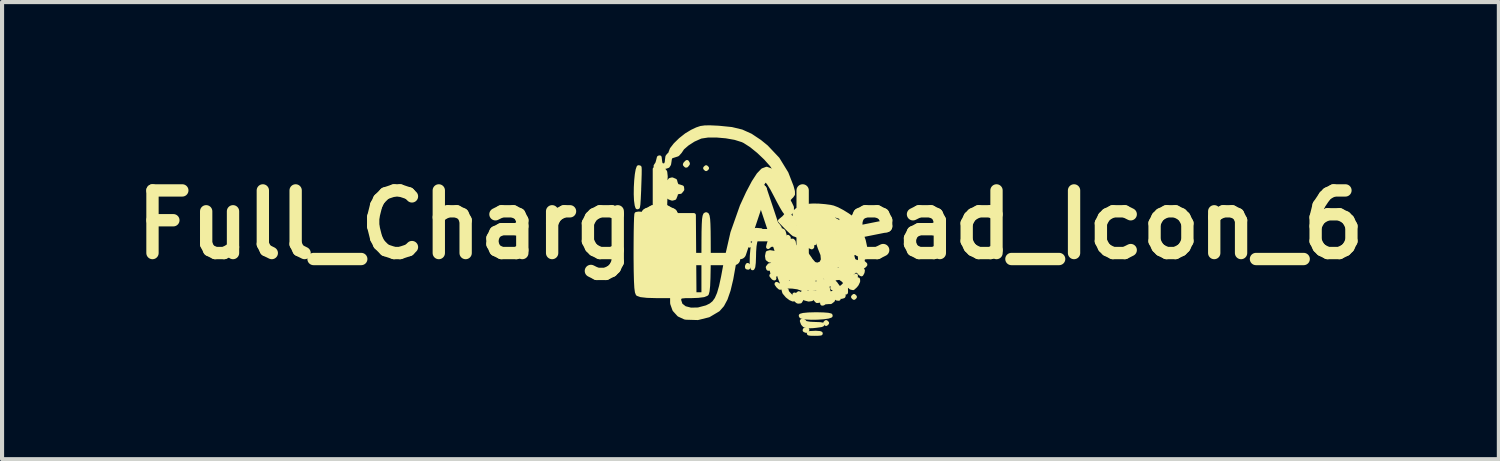
<source format=kicad_pcb>
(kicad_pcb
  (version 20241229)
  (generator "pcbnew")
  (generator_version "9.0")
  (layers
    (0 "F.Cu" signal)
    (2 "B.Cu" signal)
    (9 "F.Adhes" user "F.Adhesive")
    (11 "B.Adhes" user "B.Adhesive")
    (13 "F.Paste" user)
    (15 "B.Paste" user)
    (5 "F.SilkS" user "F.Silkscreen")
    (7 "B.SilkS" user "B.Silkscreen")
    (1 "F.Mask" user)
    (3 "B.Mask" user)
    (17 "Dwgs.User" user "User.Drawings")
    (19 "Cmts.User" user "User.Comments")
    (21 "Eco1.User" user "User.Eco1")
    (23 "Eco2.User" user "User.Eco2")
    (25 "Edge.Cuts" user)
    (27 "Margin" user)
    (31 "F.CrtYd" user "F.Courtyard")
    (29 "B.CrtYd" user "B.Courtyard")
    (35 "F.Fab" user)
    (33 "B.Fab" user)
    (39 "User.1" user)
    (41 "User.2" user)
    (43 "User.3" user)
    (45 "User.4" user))
  (footprint "Full_Charge_Ahead_Icon_6"
    (layer "F.Cu")
    (at 15.211 2.418)
    (property "Reference" "Full_Charge_Ahead_Icon_6" (at 0 0 0) (layer "F.SilkS") (effects (font (size 1.524 1.524) (thickness 0.3))))
    (attr through_hole)
    (fp_poly (pts (xy -1.058 -1.376) (xy -1.079 -1.355) (xy -1.101 -1.376) (xy -1.079 -1.397) (xy -1.058 -1.376)) (stroke (width 0.1) (type solid)) (fill yes) (layer "F.SilkS"))
    (fp_poly (pts (xy 0 0.487) (xy -0.021 0.508) (xy -0.042 0.487) (xy -0.021 0.466) (xy 0 0.487)) (stroke (width 0.1) (type solid)) (fill yes) (layer "F.SilkS"))
    (fp_poly (pts (xy 0.931 0.318) (xy 0.91 0.339) (xy 0.889 0.318) (xy 0.91 0.296) (xy 0.931 0.318)) (stroke (width 0.1) (type solid)) (fill yes) (layer "F.SilkS"))
    (fp_poly (pts (xy 1.863 2.392) (xy 1.841 2.413) (xy 1.82 2.392) (xy 1.841 2.371) (xy 1.863 2.392)) (stroke (width 0.1) (type solid)) (fill yes) (layer "F.SilkS"))
    (fp_poly (pts (xy 2.074 1.63) (xy 2.053 1.651) (xy 2.032 1.63) (xy 2.053 1.609) (xy 2.074 1.63)) (stroke (width 0.1) (type solid)) (fill yes) (layer "F.SilkS"))
    (fp_poly (pts (xy 2.159 0.064) (xy 2.138 0.085) (xy 2.117 0.064) (xy 2.138 0.042) (xy 2.159 0.064)) (stroke (width 0.1) (type solid)) (fill yes) (layer "F.SilkS"))
    (fp_poly (pts (xy 2.498 1.164) (xy 2.477 1.185) (xy 2.455 1.164) (xy 2.477 1.143) (xy 2.498 1.164)) (stroke (width 0.1) (type solid)) (fill yes) (layer "F.SilkS"))
    (fp_poly (pts (xy 2.54 1.757) (xy 2.519 1.778) (xy 2.498 1.757) (xy 2.519 1.736) (xy 2.54 1.757)) (stroke (width 0.1) (type solid)) (fill yes) (layer "F.SilkS"))
    (fp_poly (pts (xy -0.051 1.038) (xy -0.056 1.044) (xy -0.082 1.038) (xy -0.085 1.016) (xy -0.069 0.981) (xy -0.056 0.988) (xy -0.051 1.038)) (stroke (width 0.1) (type solid)) (fill yes) (layer "F.SilkS"))
    (fp_poly (pts (xy -0.009 0.361) (xy -0.014 0.367) (xy -0.039 0.361) (xy -0.042 0.339) (xy -0.027 0.304) (xy -0.014 0.31) (xy -0.009 0.361)) (stroke (width 0.1) (type solid)) (fill yes) (layer "F.SilkS"))
    (fp_poly (pts (xy 1.383 2.554) (xy 1.377 2.579) (xy 1.355 2.582) (xy 1.32 2.567) (xy 1.326 2.554) (xy 1.377 2.549) (xy 1.383 2.554)) (stroke (width 0.1) (type solid)) (fill yes) (layer "F.SilkS"))
    (fp_poly (pts (xy 1.21 -0.01) (xy 1.205 0.003) (xy 1.17 0.04) (xy 1.157 -0.004) (xy 1.157 -0.019) (xy 1.176 -0.062) (xy 1.193 -0.059) (xy 1.21 -0.01)) (stroke (width 0.1) (type solid)) (fill yes) (layer "F.SilkS"))
    (fp_poly (pts (xy -1.524 -1.482) (xy -1.557 -1.441) (xy -1.569 -1.439) (xy -1.594 -1.465) (xy -1.587 -1.482) (xy -1.549 -1.522) (xy -1.543 -1.524) (xy -1.524 -1.491) (xy -1.524 -1.482)) (stroke (width 0.1) (type solid)) (fill yes) (layer "F.SilkS"))
    (fp_poly (pts (xy -1.364 1.651) (xy -1.911 1.651) (xy -2.457 1.651) (xy -2.446 0.709) (xy -2.434 -0.233) (xy -1.906 -0.233) (xy -1.378 -0.233) (xy -1.371 0.709) (xy -1.364 1.651)) (stroke (width 0.1) (type solid)) (fill yes) (layer "F.SilkS"))
    (fp_poly (pts (xy 1.709 2.646) (xy 1.661 2.652) (xy 1.566 2.654) (xy 1.462 2.652) (xy 1.423 2.645) (xy 1.45 2.637) (xy 1.587 2.63) (xy 1.683 2.637) (xy 1.709 2.646)) (stroke (width 0.1) (type solid)) (fill yes) (layer "F.SilkS"))
    (fp_poly (pts (xy 1.182 1.704) (xy 1.161 1.769) (xy 1.11 1.767) (xy 1.075 1.729) (xy 1.07 1.7) (xy 1.091 1.708) (xy 1.144 1.703) (xy 1.157 1.683) (xy 1.176 1.668) (xy 1.182 1.704)) (stroke (width 0.1) (type solid)) (fill yes) (layer "F.SilkS"))
    (fp_poly (pts (xy 1.039 1.818) (xy 1.035 1.819) (xy 0.974 1.793) (xy 0.897 1.734) (xy 0.824 1.648) (xy 0.807 1.587) (xy 0.847 1.566) (xy 0.88 1.593) (xy 0.878 1.603) (xy 0.9 1.653) (xy 0.967 1.723) (xy 0.974 1.729) (xy 1.033 1.788) (xy 1.039 1.818)) (stroke (width 0.1) (type solid)) (fill yes) (layer "F.SilkS"))
    (fp_poly (pts (xy 1.749 2.43) (xy 1.72 2.442) (xy 1.606 2.458) (xy 1.52 2.467) (xy 1.39 2.472) (xy 1.315 2.45) (xy 1.276 2.407) (xy 1.252 2.343) (xy 1.27 2.328) (xy 1.311 2.36) (xy 1.312 2.371) (xy 1.351 2.394) (xy 1.45 2.411) (xy 1.556 2.416) (xy 1.695 2.421) (xy 1.749 2.43)) (stroke (width 0.1) (type solid)) (fill yes) (layer "F.SilkS"))
    (fp_poly (pts (xy 0.123 0.39) (xy 0.112 0.437) (xy 0.098 0.519) (xy 0.088 0.654) (xy 0.085 0.787) (xy 0.08 0.926) (xy 0.068 1.024) (xy 0.052 1.058) (xy 0.038 1.02) (xy 0.031 0.917) (xy 0.034 0.773) (xy 0.035 0.751) (xy 0.048 0.595) (xy 0.069 0.471) (xy 0.093 0.404) (xy 0.095 0.402) (xy 0.123 0.39)) (stroke (width 0.1) (type solid)) (fill yes) (layer "F.SilkS"))
    (fp_poly (pts (xy 1.95 2.215) (xy 1.891 2.235) (xy 1.775 2.251) (xy 1.628 2.261) (xy 1.477 2.263) (xy 1.35 2.257) (xy 1.323 2.253) (xy 1.236 2.232) (xy 1.226 2.213) (xy 1.286 2.197) (xy 1.409 2.185) (xy 1.588 2.18) (xy 1.607 2.18) (xy 1.769 2.184) (xy 1.888 2.193) (xy 1.948 2.207) (xy 1.95 2.215)) (stroke (width 0.1) (type solid)) (fill yes) (layer "F.SilkS"))
    (fp_poly (pts (xy -2.696 -1.347) (xy -2.697 -1.232) (xy -2.702 -1.067) (xy -2.709 -0.867) (xy -2.709 -0.847) (xy -2.719 -0.633) (xy -2.728 -0.496) (xy -2.739 -0.429) (xy -2.751 -0.425) (xy -2.767 -0.475) (xy -2.768 -0.48) (xy -2.784 -0.595) (xy -2.79 -0.744) (xy -2.788 -0.91) (xy -2.779 -1.075) (xy -2.764 -1.223) (xy -2.744 -1.336) (xy -2.722 -1.398) (xy -2.699 -1.393) (xy -2.696 -1.347)) (stroke (width 0.1) (type solid)) (fill yes) (layer "F.SilkS"))
    (fp_poly (pts (xy 0.292 0.174) (xy 0.256 0.247) (xy 0.243 0.263) (xy 0.174 0.308) (xy 0.169 0.308) (xy 0.169 0.212) (xy 0.137 0.171) (xy 0.125 0.169) (xy 0.099 0.195) (xy 0.106 0.212) (xy 0.144 0.252) (xy 0.151 0.254) (xy 0.169 0.221) (xy 0.169 0.212) (xy 0.169 0.308) (xy 0.095 0.294) (xy 0.011 0.238) (xy 0.002 0.18) (xy 0.065 0.138) (xy 0.148 0.127) (xy 0.258 0.137) (xy 0.292 0.174)) (stroke (width 0.1) (type solid)) (fill yes) (layer "F.SilkS"))
    (fp_poly (pts (xy -1.66 -0.857) (xy -1.706 -0.8) (xy -1.748 -0.796) (xy -1.808 -0.777) (xy -1.82 -0.722) (xy -1.849 -0.65) (xy -1.905 -0.635) (xy -1.974 -0.661) (xy -1.99 -0.699) (xy -2.013 -0.755) (xy -2.032 -0.762) (xy -2.056 -0.724) (xy -2.071 -0.627) (xy -2.074 -0.55) (xy -2.077 -0.425) (xy -2.094 -0.363) (xy -2.139 -0.341) (xy -2.201 -0.339) (xy -2.328 -0.339) (xy -2.328 -0.847) (xy -2.328 -1.355) (xy -2.201 -1.355) (xy -2.119 -1.339) (xy -2.075 -1.284) (xy -2.063 -1.172) (xy -2.072 -1.048) (xy -2.058 -0.985) (xy -2.035 -0.974) (xy -1.995 -1.008) (xy -1.99 -1.037) (xy -1.954 -1.089) (xy -1.905 -1.101) (xy -1.834 -1.071) (xy -1.82 -1.016) (xy -1.791 -0.946) (xy -1.733 -0.931) (xy -1.666 -0.909) (xy -1.66 -0.857)) (stroke (width 0.1) (type solid)) (fill yes) (layer "F.SilkS"))
    (fp_poly (pts (xy 1.557 0.451) (xy 1.521 0.443) (xy 1.485 0.435) (xy 1.494 0.48) (xy 1.503 0.538) (xy 1.491 0.549) (xy 1.473 0.541) (xy 1.473 0.317) (xy 1.468 0.31) (xy 1.442 0.316) (xy 1.439 0.339) (xy 1.439 0.191) (xy 1.418 0.169) (xy 1.397 0.191) (xy 1.397 0.064) (xy 1.376 0.042) (xy 1.355 0.064) (xy 1.376 0.085) (xy 1.397 0.064) (xy 1.397 0.191) (xy 1.418 0.212) (xy 1.439 0.191) (xy 1.439 0.339) (xy 1.455 0.374) (xy 1.468 0.367) (xy 1.473 0.317) (xy 1.473 0.541) (xy 1.422 0.519) (xy 1.35 0.455) (xy 1.313 0.391) (xy 1.312 0.386) (xy 1.312 0.108) (xy 1.278 0.105) (xy 1.248 0.111) (xy 1.248 -0.008) (xy 1.236 -0.081) (xy 1.191 -0.126) (xy 1.179 -0.127) (xy 1.132 -0.093) (xy 1.116 -0.064) (xy 1.071 -0.024) (xy 1.043 -0.03) (xy 1.027 -0.027) (xy 1.053 0.013) (xy 1.117 0.075) (xy 1.179 0.071) (xy 1.219 0.049) (xy 1.248 -0.008) (xy 1.248 0.111) (xy 1.228 0.115) (xy 1.159 0.149) (xy 1.143 0.176) (xy 1.174 0.189) (xy 1.228 0.169) (xy 1.294 0.128) (xy 1.312 0.108) (xy 1.312 0.386) (xy 1.277 0.34) (xy 1.192 0.286) (xy 1.087 0.243) (xy 1.058 0.235) (xy 1.019 0.204) (xy 0.942 0.131) (xy 0.879 0.069) (xy 0.72 -0.093) (xy 0.815 -0.172) (xy 0.876 -0.243) (xy 0.863 -0.285) (xy 0.825 -0.335) (xy 0.804 -0.369) (xy 0.804 -0.868) (xy 0.783 -0.889) (xy 0.762 -0.868) (xy 0.783 -0.847) (xy 0.804 -0.868) (xy 0.804 -0.369) (xy 0.76 -0.443) (xy 0.679 -0.592) (xy 0.617 -0.712) (xy 0.528 -0.88) (xy 0.449 -1.007) (xy 0.391 -1.08) (xy 0.369 -1.091) (xy 0.322 -1.044) (xy 0.253 -0.933) (xy 0.168 -0.774) (xy 0.074 -0.583) (xy -0.02 -0.374) (xy -0.108 -0.163) (xy -0.183 0.034) (xy -0.233 0.19) (xy -0.293 0.42) (xy -0.352 0.684) (xy -0.399 0.931) (xy -0.406 0.973) (xy -0.468 1.321) (xy -0.533 1.593) (xy -0.605 1.801) (xy -0.687 1.954) (xy -0.782 2.062) (xy -0.789 2.068) (xy -1.018 2.204) (xy -1.282 2.27) (xy -1.563 2.262) (xy -1.595 2.257) (xy -1.739 2.19) (xy -1.85 2.068) (xy -1.903 1.919) (xy -1.905 1.886) (xy -1.905 1.736) (xy -2.299 1.736) (xy -2.515 1.73) (xy -2.666 1.713) (xy -2.742 1.686) (xy -2.743 1.685) (xy -2.762 1.637) (xy -2.776 1.531) (xy -2.785 1.36) (xy -2.791 1.119) (xy -2.794 0.801) (xy -2.794 0.697) (xy -2.793 0.424) (xy -2.791 0.181) (xy -2.787 -0.021) (xy -2.782 -0.169) (xy -2.776 -0.249) (xy -2.773 -0.261) (xy -2.721 -0.27) (xy -2.624 -0.263) (xy -2.623 -0.263) (xy -2.495 -0.244) (xy -2.507 0.725) (xy -2.519 1.693) (xy -1.831 1.693) (xy -1.143 1.693) (xy -1.143 0.72) (xy -1.142 0.404) (xy -1.14 0.163) (xy -1.135 -0.012) (xy -1.128 -0.132) (xy -1.116 -0.206) (xy -1.101 -0.243) (xy -1.081 -0.254) (xy -1.079 -0.254) (xy -1.059 -0.244) (xy -1.043 -0.208) (xy -1.031 -0.135) (xy -1.024 -0.016) (xy -1.019 0.158) (xy -1.017 0.399) (xy -1.016 0.69) (xy -1.018 1.032) (xy -1.023 1.295) (xy -1.031 1.486) (xy -1.044 1.611) (xy -1.061 1.676) (xy -1.067 1.685) (xy -1.137 1.713) (xy -1.273 1.73) (xy -1.427 1.736) (xy -1.586 1.737) (xy -1.678 1.746) (xy -1.722 1.767) (xy -1.735 1.808) (xy -1.736 1.839) (xy -1.699 1.952) (xy -1.599 2.03) (xy -1.451 2.068) (xy -1.271 2.064) (xy -1.074 2.012) (xy -1.058 2.006) (xy -0.963 1.959) (xy -0.886 1.896) (xy -0.822 1.806) (xy -0.766 1.677) (xy -0.715 1.5) (xy -0.664 1.262) (xy -0.607 0.953) (xy -0.596 0.888) (xy -0.438 0.196) (xy -0.209 -0.452) (xy -0.061 -0.773) (xy 0.077 -1.034) (xy 0.196 -1.217) (xy 0.299 -1.325) (xy 0.394 -1.36) (xy 0.484 -1.326) (xy 0.577 -1.226) (xy 0.637 -1.132) (xy 0.701 -1.032) (xy 0.733 -1.002) (xy 0.732 -1.035) (xy 0.701 -1.122) (xy 0.64 -1.258) (xy 0.612 -1.315) (xy 0.517 -1.456) (xy 0.371 -1.62) (xy 0.198 -1.784) (xy 0.019 -1.929) (xy -0.144 -2.033) (xy -0.192 -2.056) (xy -0.373 -2.113) (xy -0.594 -2.152) (xy -0.825 -2.172) (xy -1.037 -2.171) (xy -1.202 -2.146) (xy -1.223 -2.139) (xy -1.386 -2.066) (xy -1.537 -1.969) (xy -1.655 -1.867) (xy -1.715 -1.777) (xy -1.774 -1.711) (xy -1.854 -1.685) (xy -1.94 -1.658) (xy -1.966 -1.589) (xy -1.967 -1.566) (xy -1.981 -1.474) (xy -2.009 -1.429) (xy -2.067 -1.41) (xy -2.155 -1.4) (xy -2.243 -1.4) (xy -2.303 -1.41) (xy -2.307 -1.429) (xy -2.307 -1.429) (xy -2.265 -1.494) (xy -2.25 -1.545) (xy -2.228 -1.632) (xy -2.21 -1.637) (xy -2.201 -1.56) (xy -2.201 -1.552) (xy -2.184 -1.466) (xy -2.123 -1.439) (xy -2.117 -1.439) (xy -2.055 -1.459) (xy -2.033 -1.534) (xy -2.032 -1.566) (xy -2.02 -1.656) (xy -1.99 -1.693) (xy -1.99 -1.693) (xy -1.951 -1.727) (xy -1.947 -1.749) (xy -1.914 -1.835) (xy -1.827 -1.947) (xy -1.703 -2.068) (xy -1.56 -2.181) (xy -1.417 -2.267) (xy -1.414 -2.268) (xy -1.302 -2.321) (xy -1.207 -2.353) (xy -1.105 -2.367) (xy -0.972 -2.368) (xy -0.782 -2.359) (xy -0.756 -2.357) (xy -0.459 -2.327) (xy -0.215 -2.268) (xy 0.003 -2.17) (xy 0.225 -2.022) (xy 0.385 -1.892) (xy 0.662 -1.599) (xy 0.875 -1.252) (xy 1 -0.931) (xy 1.032 -0.812) (xy 1.034 -0.743) (xy 1.002 -0.696) (xy 0.979 -0.675) (xy 0.926 -0.615) (xy 0.939 -0.556) (xy 0.958 -0.529) (xy 1.008 -0.425) (xy 1.008 -0.334) (xy 0.963 -0.286) (xy 0.933 -0.257) (xy 0.968 -0.198) (xy 0.968 -0.197) (xy 1.039 -0.135) (xy 1.08 -0.144) (xy 1.079 -0.221) (xy 1.077 -0.226) (xy 1.074 -0.302) (xy 1.126 -0.353) (xy 1.184 -0.38) (xy 1.276 -0.413) (xy 1.327 -0.42) (xy 1.329 -0.418) (xy 1.345 -0.373) (xy 1.376 -0.265) (xy 1.417 -0.114) (xy 1.436 -0.042) (xy 1.481 0.13) (xy 1.52 0.279) (xy 1.547 0.378) (xy 1.552 0.397) (xy 1.557 0.451)) (stroke (width 0.1) (type solid)) (fill yes) (layer "F.SilkS"))
    (fp_poly (pts (xy 2.796 0.687) (xy 2.768 0.774) (xy 2.765 0.777) (xy 2.74 0.824) (xy 2.74 0.567) (xy 2.684 0.557) (xy 2.659 0.564) (xy 2.643 0.583) (xy 2.685 0.589) (xy 2.74 0.582) (xy 2.74 0.567) (xy 2.74 0.824) (xy 2.732 0.84) (xy 2.729 0.905) (xy 2.755 0.931) (xy 2.793 0.964) (xy 2.794 0.974) (xy 2.759 1.01) (xy 2.72 1.017) (xy 2.674 1.026) (xy 2.7 1.052) (xy 2.734 1.115) (xy 2.727 1.158) (xy 2.701 1.206) (xy 2.667 1.186) (xy 2.667 1.186) (xy 2.667 0.81) (xy 2.655 0.721) (xy 2.602 0.69) (xy 2.559 0.688) (xy 2.558 0.688) (xy 2.558 0.622) (xy 2.551 0.607) (xy 2.528 0.606) (xy 2.528 0.176) (xy 2.5 0.189) (xy 2.465 0.195) (xy 2.474 0.135) (xy 2.475 0.133) (xy 2.485 0.069) (xy 2.446 0.065) (xy 2.436 0.068) (xy 2.389 0.071) (xy 2.396 0.026) (xy 2.408 -0.032) (xy 2.401 -0.042) (xy 2.363 -0.009) (xy 2.36 0.068) (xy 2.391 0.154) (xy 2.397 0.164) (xy 2.455 0.237) (xy 2.491 0.245) (xy 2.523 0.205) (xy 2.528 0.176) (xy 2.528 0.606) (xy 2.464 0.601) (xy 2.445 0.607) (xy 2.439 0.622) (xy 2.498 0.628) (xy 2.558 0.622) (xy 2.558 0.688) (xy 2.481 0.702) (xy 2.474 0.75) (xy 2.496 0.827) (xy 2.498 0.847) (xy 2.532 0.886) (xy 2.572 0.902) (xy 2.64 0.921) (xy 2.656 0.926) (xy 2.664 0.893) (xy 2.667 0.81) (xy 2.667 1.186) (xy 2.642 1.155) (xy 2.613 1.126) (xy 2.613 0.99) (xy 2.557 0.98) (xy 2.532 0.987) (xy 2.516 1.006) (xy 2.558 1.013) (xy 2.613 1.005) (xy 2.613 0.99) (xy 2.613 1.126) (xy 2.598 1.11) (xy 2.584 1.116) (xy 2.557 1.124) (xy 2.518 1.1) (xy 2.463 1.063) (xy 2.429 1.082) (xy 2.413 1.124) (xy 2.413 0.804) (xy 2.384 0.734) (xy 2.346 0.725) (xy 2.346 0.664) (xy 2.339 0.649) (xy 2.327 0.649) (xy 2.327 -0.126) (xy 2.287 -0.103) (xy 2.276 -0.094) (xy 2.226 -0.063) (xy 2.215 -0.1) (xy 2.216 -0.114) (xy 2.202 -0.178) (xy 2.18 -0.19) (xy 2.107 -0.213) (xy 2.089 -0.223) (xy 2.032 -0.222) (xy 2.018 -0.201) (xy 1.999 -0.189) (xy 1.993 -0.227) (xy 1.971 -0.284) (xy 1.898 -0.288) (xy 1.884 -0.286) (xy 1.805 -0.283) (xy 1.778 -0.301) (xy 1.747 -0.319) (xy 1.714 -0.312) (xy 1.657 -0.27) (xy 1.667 -0.232) (xy 1.704 -0.221) (xy 1.859 -0.192) (xy 2.014 -0.138) (xy 2.131 -0.074) (xy 2.151 -0.056) (xy 2.234 -0.012) (xy 2.301 -0.046) (xy 2.322 -0.087) (xy 2.327 -0.126) (xy 2.327 0.649) (xy 2.252 0.644) (xy 2.251 0.644) (xy 2.251 0.144) (xy 2.248 0.107) (xy 2.18 0.046) (xy 2.133 0.015) (xy 2.003 -0.057) (xy 1.931 -0.081) (xy 1.922 -0.058) (xy 1.948 -0.02) (xy 2 0.025) (xy 2.02 0.026) (xy 2.06 0.038) (xy 2.122 0.09) (xy 2.197 0.141) (xy 2.251 0.144) (xy 2.251 0.644) (xy 2.233 0.649) (xy 2.228 0.665) (xy 2.286 0.671) (xy 2.346 0.664) (xy 2.346 0.725) (xy 2.339 0.723) (xy 2.299 0.734) (xy 2.318 0.748) (xy 2.366 0.804) (xy 2.371 0.829) (xy 2.383 0.883) (xy 2.392 0.889) (xy 2.409 0.853) (xy 2.413 0.804) (xy 2.413 1.124) (xy 2.396 1.169) (xy 2.393 1.18) (xy 2.388 1.204) (xy 2.388 0.96) (xy 2.376 0.94) (xy 2.328 0.946) (xy 2.328 0.826) (xy 2.307 0.804) (xy 2.286 0.826) (xy 2.307 0.847) (xy 2.328 0.826) (xy 2.328 0.946) (xy 2.3 0.95) (xy 2.276 0.967) (xy 2.265 0.994) (xy 2.327 0.986) (xy 2.332 0.985) (xy 2.388 0.96) (xy 2.388 1.204) (xy 2.381 1.25) (xy 2.408 1.252) (xy 2.451 1.254) (xy 2.455 1.273) (xy 2.472 1.299) (xy 2.52 1.269) (xy 2.565 1.239) (xy 2.561 1.275) (xy 2.555 1.292) (xy 2.546 1.345) (xy 2.575 1.338) (xy 2.617 1.332) (xy 2.62 1.376) (xy 2.587 1.447) (xy 2.554 1.489) (xy 2.54 1.502) (xy 2.54 1.463) (xy 2.51 1.427) (xy 2.491 1.414) (xy 2.462 1.409) (xy 2.472 1.433) (xy 2.515 1.478) (xy 2.54 1.469) (xy 2.54 1.463) (xy 2.54 1.502) (xy 2.496 1.542) (xy 2.445 1.53) (xy 2.413 1.502) (xy 2.413 1.381) (xy 2.384 1.346) (xy 2.367 1.331) (xy 2.367 1.085) (xy 2.334 1.081) (xy 2.287 1.121) (xy 2.26 1.174) (xy 2.278 1.185) (xy 2.34 1.154) (xy 2.351 1.14) (xy 2.367 1.085) (xy 2.367 1.331) (xy 2.339 1.307) (xy 2.289 1.27) (xy 2.299 1.292) (xy 2.323 1.323) (xy 2.385 1.389) (xy 2.412 1.388) (xy 2.413 1.381) (xy 2.413 1.502) (xy 2.406 1.497) (xy 2.348 1.458) (xy 2.322 1.485) (xy 2.323 1.586) (xy 2.325 1.609) (xy 2.323 1.649) (xy 2.305 1.628) (xy 2.305 1.439) (xy 2.298 1.394) (xy 2.253 1.345) (xy 2.244 1.339) (xy 2.244 0.891) (xy 2.218 0.842) (xy 2.218 0.261) (xy 2.199 0.221) (xy 2.128 0.158) (xy 2.029 0.088) (xy 1.926 0.026) (xy 1.842 -0.011) (xy 1.803 -0.011) (xy 1.781 0.047) (xy 1.843 0.092) (xy 1.873 0.102) (xy 1.968 0.129) (xy 1.867 0.186) (xy 1.803 0.232) (xy 1.813 0.264) (xy 1.825 0.27) (xy 1.86 0.299) (xy 1.831 0.321) (xy 1.787 0.37) (xy 1.782 0.432) (xy 1.817 0.465) (xy 1.822 0.466) (xy 1.873 0.432) (xy 1.891 0.4) (xy 1.941 0.354) (xy 1.974 0.356) (xy 2.022 0.344) (xy 2.032 0.295) (xy 2.052 0.222) (xy 2.106 0.225) (xy 2.146 0.258) (xy 2.2 0.279) (xy 2.218 0.261) (xy 2.218 0.842) (xy 2.213 0.832) (xy 2.151 0.822) (xy 2.113 0.852) (xy 2.084 0.878) (xy 2.075 0.826) (xy 2.075 0.818) (xy 2.096 0.736) (xy 2.127 0.705) (xy 2.136 0.688) (xy 2.092 0.681) (xy 2.032 0.692) (xy 2.017 0.747) (xy 2.023 0.804) (xy 2.052 0.897) (xy 2.114 0.93) (xy 2.143 0.931) (xy 2.22 0.917) (xy 2.244 0.891) (xy 2.244 1.339) (xy 2.219 1.322) (xy 2.219 1.078) (xy 2.217 1.037) (xy 2.16 0.989) (xy 2.086 0.974) (xy 2.014 0.981) (xy 2.014 1.013) (xy 2.032 1.037) (xy 2.115 1.091) (xy 2.163 1.101) (xy 2.219 1.078) (xy 2.219 1.322) (xy 2.212 1.317) (xy 2.212 1.194) (xy 2.181 1.157) (xy 2.169 1.161) (xy 2.12 1.161) (xy 2.069 1.14) (xy 2.003 1.113) (xy 1.995 1.145) (xy 2.011 1.192) (xy 2.066 1.236) (xy 2.133 1.249) (xy 2.206 1.231) (xy 2.212 1.194) (xy 2.212 1.317) (xy 2.174 1.292) (xy 2.083 1.301) (xy 2.063 1.309) (xy 1.986 1.331) (xy 1.968 1.312) (xy 1.974 1.293) (xy 1.958 1.231) (xy 1.936 1.213) (xy 1.936 0.736) (xy 1.879 0.726) (xy 1.855 0.733) (xy 1.839 0.752) (xy 1.88 0.759) (xy 1.935 0.751) (xy 1.936 0.736) (xy 1.936 1.213) (xy 1.898 1.182) (xy 1.83 1.15) (xy 1.83 1.164) (xy 1.87 1.211) (xy 1.927 1.284) (xy 1.946 1.353) (xy 1.948 1.408) (xy 1.958 1.437) (xy 1.984 1.405) (xy 2.021 1.383) (xy 2.071 1.431) (xy 2.092 1.462) (xy 2.147 1.535) (xy 2.189 1.545) (xy 2.248 1.498) (xy 2.305 1.439) (xy 2.305 1.628) (xy 2.293 1.615) (xy 2.248 1.584) (xy 2.227 1.601) (xy 2.23 1.66) (xy 2.244 1.672) (xy 2.268 1.724) (xy 2.262 1.741) (xy 2.213 1.755) (xy 2.175 1.732) (xy 2.133 1.705) (xy 2.139 1.744) (xy 2.142 1.751) (xy 2.146 1.801) (xy 2.101 1.795) (xy 2.056 1.75) (xy 2.069 1.7) (xy 2.091 1.611) (xy 2.066 1.55) (xy 2.019 1.541) (xy 1.992 1.541) (xy 2 1.535) (xy 2.032 1.493) (xy 1.991 1.459) (xy 1.943 1.451) (xy 1.879 1.46) (xy 1.875 1.519) (xy 1.879 1.537) (xy 1.899 1.623) (xy 1.904 1.66) (xy 1.936 1.674) (xy 1.968 1.666) (xy 2.023 1.667) (xy 2.032 1.685) (xy 1.999 1.739) (xy 1.979 1.75) (xy 1.949 1.769) (xy 1.978 1.775) (xy 2.011 1.808) (xy 2.006 1.838) (xy 1.95 1.881) (xy 1.905 1.881) (xy 1.905 1.799) (xy 1.871 1.743) (xy 1.863 1.741) (xy 1.863 1.384) (xy 1.838 1.31) (xy 1.796 1.246) (xy 1.755 1.202) (xy 1.754 1.213) (xy 1.748 1.268) (xy 1.73 1.279) (xy 1.715 1.315) (xy 1.754 1.367) (xy 1.825 1.429) (xy 1.857 1.426) (xy 1.863 1.384) (xy 1.863 1.741) (xy 1.841 1.736) (xy 1.781 1.754) (xy 1.786 1.795) (xy 1.849 1.842) (xy 1.894 1.859) (xy 1.904 1.828) (xy 1.905 1.799) (xy 1.905 1.881) (xy 1.893 1.882) (xy 1.807 1.889) (xy 1.77 1.916) (xy 1.747 1.919) (xy 1.737 1.848) (xy 1.736 1.831) (xy 1.752 1.726) (xy 1.799 1.693) (xy 1.848 1.688) (xy 1.858 1.657) (xy 1.832 1.575) (xy 1.821 1.548) (xy 1.77 1.468) (xy 1.716 1.439) (xy 1.663 1.404) (xy 1.651 1.351) (xy 1.629 1.289) (xy 1.583 1.287) (xy 1.54 1.342) (xy 1.531 1.374) (xy 1.534 1.426) (xy 1.552 1.427) (xy 1.615 1.431) (xy 1.689 1.486) (xy 1.745 1.57) (xy 1.747 1.576) (xy 1.751 1.648) (xy 1.734 1.673) (xy 1.7 1.732) (xy 1.693 1.78) (xy 1.671 1.85) (xy 1.621 1.856) (xy 1.59 1.824) (xy 1.599 1.777) (xy 1.619 1.764) (xy 1.634 1.745) (xy 1.598 1.739) (xy 1.535 1.756) (xy 1.524 1.778) (xy 1.488 1.81) (xy 1.464 1.813) (xy 1.464 1.757) (xy 1.46 1.736) (xy 1.406 1.695) (xy 1.395 1.693) (xy 1.356 1.726) (xy 1.355 1.736) (xy 1.389 1.773) (xy 1.421 1.778) (xy 1.464 1.757) (xy 1.464 1.813) (xy 1.418 1.82) (xy 1.331 1.797) (xy 1.31 1.746) (xy 1.298 1.718) (xy 1.264 1.772) (xy 1.258 1.788) (xy 1.21 1.866) (xy 1.159 1.871) (xy 1.143 1.863) (xy 1.104 1.83) (xy 1.144 1.821) (xy 1.154 1.821) (xy 1.216 1.786) (xy 1.228 1.732) (xy 1.236 1.681) (xy 1.274 1.657) (xy 1.364 1.653) (xy 1.449 1.658) (xy 1.585 1.661) (xy 1.657 1.645) (xy 1.683 1.606) (xy 1.675 1.564) (xy 1.612 1.553) (xy 1.547 1.558) (xy 1.482 1.56) (xy 1.482 1.249) (xy 1.46 1.228) (xy 1.439 1.249) (xy 1.46 1.27) (xy 1.482 1.249) (xy 1.482 1.56) (xy 1.444 1.562) (xy 1.402 1.535) (xy 1.397 1.505) (xy 1.416 1.458) (xy 1.439 1.46) (xy 1.463 1.453) (xy 1.454 1.417) (xy 1.425 1.373) (xy 1.392 1.404) (xy 1.36 1.496) (xy 1.355 1.536) (xy 1.344 1.586) (xy 1.312 1.582) (xy 1.312 1.134) (xy 1.287 1.142) (xy 1.222 1.198) (xy 1.216 1.205) (xy 1.216 0.98) (xy 1.195 0.989) (xy 1.145 0.986) (xy 1.134 0.969) (xy 1.134 0.969) (xy 1.134 0.655) (xy 1.129 0.649) (xy 1.104 0.655) (xy 1.101 0.677) (xy 1.116 0.712) (xy 1.129 0.706) (xy 1.134 0.655) (xy 1.134 0.969) (xy 1.101 0.955) (xy 1.083 0.972) (xy 1.083 0.831) (xy 1.072 0.777) (xy 1.058 0.774) (xy 1.058 0.677) (xy 1.026 0.636) (xy 1.016 0.635) (xy 0.975 0.667) (xy 0.974 0.677) (xy 1.006 0.718) (xy 1.016 0.72) (xy 1.057 0.687) (xy 1.058 0.677) (xy 1.058 0.774) (xy 1.048 0.772) (xy 1.003 0.822) (xy 0.991 0.862) (xy 1.003 0.917) (xy 1.026 0.921) (xy 1.071 0.871) (xy 1.083 0.831) (xy 1.083 0.972) (xy 1.062 0.99) (xy 1.03 1.043) (xy 1.069 1.058) (xy 1.093 1.058) (xy 1.178 1.037) (xy 1.211 1.009) (xy 1.216 0.98) (xy 1.216 1.205) (xy 1.174 1.248) (xy 1.089 1.334) (xy 1.052 1.357) (xy 1.052 1.185) (xy 1.043 1.16) (xy 0.988 1.096) (xy 0.97 1.078) (xy 0.931 1.05) (xy 0.931 0.783) (xy 0.91 0.762) (xy 0.889 0.783) (xy 0.91 0.804) (xy 0.931 0.783) (xy 0.931 1.05) (xy 0.889 1.019) (xy 0.889 0.913) (xy 0.859 0.877) (xy 0.847 0.868) (xy 0.808 0.871) (xy 0.804 0.887) (xy 0.835 0.93) (xy 0.847 0.931) (xy 0.888 0.917) (xy 0.889 0.913) (xy 0.889 1.019) (xy 0.865 1.002) (xy 0.791 0.998) (xy 0.726 1.042) (xy 0.735 1.078) (xy 0.811 1.079) (xy 0.818 1.078) (xy 0.927 1.085) (xy 0.971 1.119) (xy 1.028 1.173) (xy 1.052 1.185) (xy 1.052 1.357) (xy 1.04 1.364) (xy 1.006 1.346) (xy 0.983 1.311) (xy 0.916 1.245) (xy 0.889 1.236) (xy 0.889 1.122) (xy 0.868 1.101) (xy 0.847 1.122) (xy 0.868 1.143) (xy 0.889 1.122) (xy 0.889 1.236) (xy 0.865 1.228) (xy 0.822 1.249) (xy 0.826 1.271) (xy 0.879 1.292) (xy 0.903 1.284) (xy 0.928 1.277) (xy 0.9 1.319) (xy 0.868 1.39) (xy 0.905 1.42) (xy 0.964 1.408) (xy 1.008 1.403) (xy 0.996 1.443) (xy 1.004 1.449) (xy 1.06 1.406) (xy 1.137 1.335) (xy 1.232 1.239) (xy 1.296 1.164) (xy 1.312 1.134) (xy 1.312 1.582) (xy 1.298 1.58) (xy 1.259 1.56) (xy 1.15 1.523) (xy 1.012 1.504) (xy 0.879 1.503) (xy 0.804 1.521) (xy 0.804 1.164) (xy 0.783 1.143) (xy 0.762 1.164) (xy 0.783 1.185) (xy 0.804 1.164) (xy 0.804 1.521) (xy 0.787 1.524) (xy 0.778 1.53) (xy 0.716 1.532) (xy 0.672 1.493) (xy 0.636 1.442) (xy 0.655 1.451) (xy 0.681 1.471) (xy 0.751 1.505) (xy 0.778 1.474) (xy 0.756 1.387) (xy 0.741 1.355) (xy 0.707 1.264) (xy 0.71 1.206) (xy 0.711 1.205) (xy 0.704 1.19) (xy 0.663 1.2) (xy 0.589 1.223) (xy 0.566 1.228) (xy 0.565 1.256) (xy 0.576 1.277) (xy 0.581 1.306) (xy 0.557 1.295) (xy 0.51 1.238) (xy 0.544 1.186) (xy 0.593 1.164) (xy 0.661 1.113) (xy 0.676 1.066) (xy 0.67 1.019) (xy 0.641 1.04) (xy 0.618 1.069) (xy 0.563 1.126) (xy 0.524 1.142) (xy 0.523 1.113) (xy 0.534 1.093) (xy 0.536 1.062) (xy 0.494 1.071) (xy 0.434 1.07) (xy 0.423 1.036) (xy 0.461 0.987) (xy 0.55 0.974) (xy 0.639 0.961) (xy 0.677 0.929) (xy 0.677 0.929) (xy 0.703 0.904) (xy 0.72 0.91) (xy 0.759 0.908) (xy 0.762 0.894) (xy 0.762 0.783) (xy 0.741 0.762) (xy 0.72 0.783) (xy 0.741 0.804) (xy 0.762 0.783) (xy 0.762 0.894) (xy 0.727 0.862) (xy 0.68 0.858) (xy 0.677 0.859) (xy 0.677 0.783) (xy 0.656 0.762) (xy 0.635 0.783) (xy 0.656 0.804) (xy 0.677 0.783) (xy 0.677 0.859) (xy 0.625 0.879) (xy 0.623 0.904) (xy 0.62 0.923) (xy 0.589 0.907) (xy 0.585 0.906) (xy 0.585 0.789) (xy 0.579 0.776) (xy 0.528 0.771) (xy 0.522 0.776) (xy 0.528 0.801) (xy 0.55 0.804) (xy 0.585 0.789) (xy 0.585 0.906) (xy 0.497 0.873) (xy 0.466 0.869) (xy 0.415 0.831) (xy 0.404 0.762) (xy 0.42 0.684) (xy 0.478 0.669) (xy 0.488 0.671) (xy 0.579 0.686) (xy 0.614 0.692) (xy 0.643 0.661) (xy 0.648 0.593) (xy 0.649 0.533) (xy 0.662 0.54) (xy 0.707 0.573) (xy 0.728 0.566) (xy 0.754 0.576) (xy 0.746 0.64) (xy 0.735 0.697) (xy 0.745 0.688) (xy 0.793 0.639) (xy 0.81 0.635) (xy 0.832 0.661) (xy 0.826 0.677) (xy 0.827 0.716) (xy 0.842 0.72) (xy 0.877 0.69) (xy 0.874 0.625) (xy 0.839 0.558) (xy 0.796 0.526) (xy 0.794 0.526) (xy 0.794 0.214) (xy 0.788 0.212) (xy 0.75 0.241) (xy 0.741 0.254) (xy 0.73 0.294) (xy 0.736 0.296) (xy 0.774 0.267) (xy 0.783 0.254) (xy 0.794 0.214) (xy 0.794 0.526) (xy 0.617 0.484) (xy 0.498 0.488) (xy 0.455 0.517) (xy 0.43 0.541) (xy 0.44 0.496) (xy 0.465 0.414) (xy 0.503 0.285) (xy 0.533 0.184) (xy 0.573 0.054) (xy 0.604 -0.007) (xy 0.635 -0.012) (xy 0.667 0.014) (xy 0.711 0.076) (xy 0.689 0.137) (xy 0.674 0.157) (xy 0.636 0.208) (xy 0.655 0.2) (xy 0.691 0.172) (xy 0.755 0.133) (xy 0.795 0.154) (xy 0.807 0.172) (xy 0.831 0.253) (xy 0.827 0.284) (xy 0.848 0.33) (xy 0.916 0.372) (xy 0.997 0.392) (xy 1.027 0.389) (xy 1.052 0.417) (xy 1.058 0.463) (xy 1.078 0.544) (xy 1.101 0.572) (xy 1.139 0.565) (xy 1.143 0.545) (xy 1.167 0.535) (xy 1.226 0.575) (xy 1.304 0.648) (xy 1.385 0.739) (xy 1.451 0.832) (xy 1.465 0.857) (xy 1.549 0.953) (xy 1.63 0.974) (xy 1.721 0.94) (xy 1.764 0.853) (xy 1.753 0.728) (xy 1.719 0.643) (xy 1.689 0.568) (xy 1.644 0.435) (xy 1.591 0.265) (xy 1.534 0.077) (xy 1.481 -0.109) (xy 1.436 -0.272) (xy 1.406 -0.392) (xy 1.397 -0.445) (xy 1.435 -0.461) (xy 1.533 -0.466) (xy 1.666 -0.463) (xy 1.811 -0.451) (xy 1.944 -0.433) (xy 2.011 -0.418) (xy 2.113 -0.378) (xy 2.237 -0.313) (xy 2.363 -0.235) (xy 2.473 -0.158) (xy 2.547 -0.093) (xy 2.566 -0.054) (xy 2.564 -0.053) (xy 2.571 -0.007) (xy 2.616 0.074) (xy 2.619 0.08) (xy 2.697 0.222) (xy 2.756 0.387) (xy 2.791 0.55) (xy 2.796 0.687)) (stroke (width 0.1) (type solid)) (fill yes) (layer "F.SilkS")))
  (gr_rect
    (start -3 -3)
    (end 33.422 8.123)
    (stroke (width 0.1) (type default))
    (fill no)
    (layer "Edge.Cuts")))
</source>
